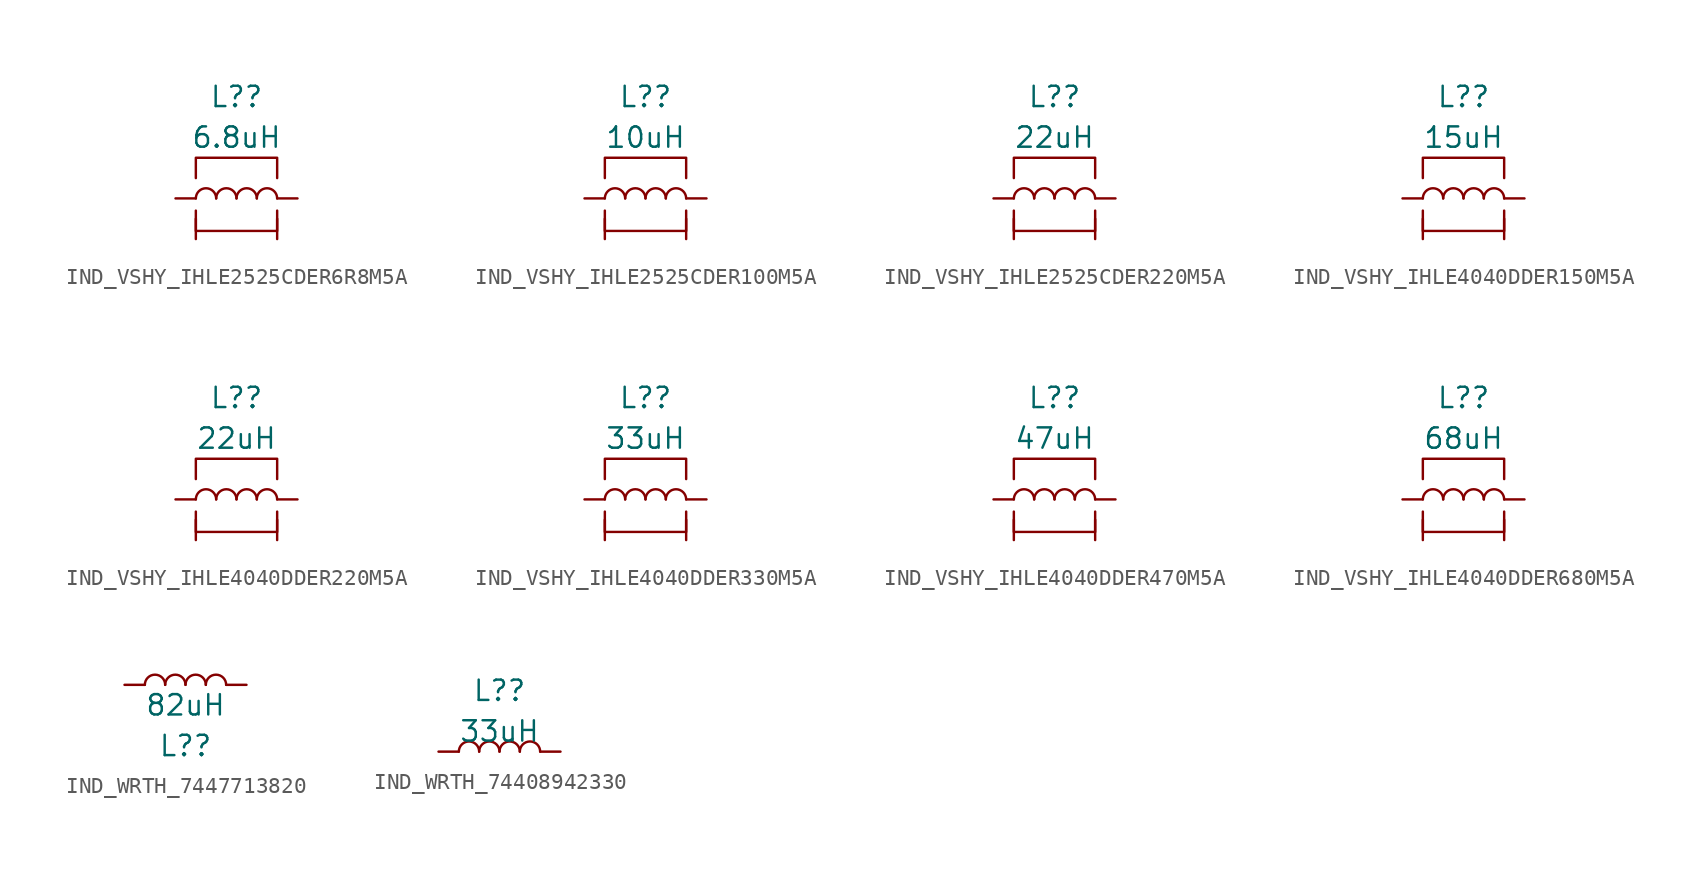
<source format=kicad_sym>
(kicad_symbol_lib
  (version 20231120)
  (generator "kicad_symbol_editor")
  (generator_version "8.0")
  (symbol "IND_VSHY_IHLE2525CDER6R8M5A"
    (pin_numbers hide)
    (pin_names
      (offset 1.016) hide)
    (property "Reference" "L?"
      (at 0 6.35 0)
      (effects (font (size 1.27 1.27))))
    (property "Value" "6.8uH"
      (at 0 3.81 0)
      (effects (font (size 1.27 1.27))))
    (symbol "IND_VSHY_IHLE2525CDER6R8M5A_0_1"
      (arc (start -1.27 0) (mid -1.905 0.6323) (end -2.54 0) (stroke (width 0) (type default)) (fill (type none)))
      (arc (start 0 0) (mid -0.635 0.6323) (end -1.27 0) (stroke (width 0) (type default)) (fill (type none)))
      (polyline (pts (xy -2.54 -0.762) (xy -2.54 -2.032) (xy 2.54 -2.032) (xy 2.54 -0.762)) (stroke (width 0) (type default)) (fill (type none)))
      (polyline (pts (xy 2.54 1.27) (xy 2.54 2.54) (xy -2.54 2.54) (xy -2.54 1.27)) (stroke (width 0) (type default)) (fill (type none)))
      (arc (start 1.27 0) (mid 0.635 0.6323) (end 0 0) (stroke (width 0) (type default)) (fill (type none)))
      (arc (start 2.54 0) (mid 1.905 0.6323) (end 1.27 0) (stroke (width 0) (type default)) (fill (type none))))
    (symbol "IND_VSHY_IHLE2525CDER6R8M5A_1_1"
      (pin passive line (at -3.81 0 0) (length 1.27) (name "1" (effects (font (size 1.27 1.27)))) (number "1" (effects (font (size 1.27 1.27)))))
      (pin passive line (at 3.81 0 180) (length 1.27) (name "2" (effects (font (size 1.27 1.27)))) (number "2" (effects (font (size 1.27 1.27)))))
      (pin passive line (at -2.54 -2.54 90) (length 1.27) (name "SH2" (effects (font (size 1.27 1.27)))) (number "3" (effects (font (size 1.27 1.27)))))
      (pin passive line (at 2.54 -2.54 90) (length 1.27) (name "SH1" (effects (font (size 1.27 1.27)))) (number "4" (effects (font (size 1.27 1.27)))))))
  (symbol "IND_VSHY_IHLE2525CDER100M5A"
    (pin_numbers hide)
    (pin_names
      (offset 1.016) hide)
    (property "Reference" "L?"
      (at 0 6.35 0)
      (effects (font (size 1.27 1.27))))
    (property "Value" "10uH"
      (at 0 3.81 0)
      (effects (font (size 1.27 1.27))))
    (symbol "IND_VSHY_IHLE2525CDER100M5A_0_1"
      (arc (start -1.27 0) (mid -1.905 0.6323) (end -2.54 0) (stroke (width 0) (type default)) (fill (type none)))
      (arc (start 0 0) (mid -0.635 0.6323) (end -1.27 0) (stroke (width 0) (type default)) (fill (type none)))
      (polyline (pts (xy -2.54 -0.762) (xy -2.54 -2.032) (xy 2.54 -2.032) (xy 2.54 -0.762)) (stroke (width 0) (type default)) (fill (type none)))
      (polyline (pts (xy 2.54 1.27) (xy 2.54 2.54) (xy -2.54 2.54) (xy -2.54 1.27)) (stroke (width 0) (type default)) (fill (type none)))
      (arc (start 1.27 0) (mid 0.635 0.6323) (end 0 0) (stroke (width 0) (type default)) (fill (type none)))
      (arc (start 2.54 0) (mid 1.905 0.6323) (end 1.27 0) (stroke (width 0) (type default)) (fill (type none))))
    (symbol "IND_VSHY_IHLE2525CDER100M5A_1_1"
      (pin passive line (at -3.81 0 0) (length 1.27) (name "1" (effects (font (size 1.27 1.27)))) (number "1" (effects (font (size 1.27 1.27)))))
      (pin passive line (at 3.81 0 180) (length 1.27) (name "2" (effects (font (size 1.27 1.27)))) (number "2" (effects (font (size 1.27 1.27)))))
      (pin passive line (at -2.54 -2.54 90) (length 1.27) (name "SH2" (effects (font (size 1.27 1.27)))) (number "3" (effects (font (size 1.27 1.27)))))
      (pin passive line (at 2.54 -2.54 90) (length 1.27) (name "SH1" (effects (font (size 1.27 1.27)))) (number "4" (effects (font (size 1.27 1.27)))))))
  (symbol "IND_VSHY_IHLE2525CDER220M5A"
    (pin_numbers hide)
    (pin_names
      (offset 1.016) hide)
    (property "Reference" "L?"
      (at 0 6.35 0)
      (effects (font (size 1.27 1.27))))
    (property "Value" "22uH"
      (at 0 3.81 0)
      (effects (font (size 1.27 1.27))))
    (symbol "IND_VSHY_IHLE2525CDER220M5A_0_1"
      (arc (start -1.27 0) (mid -1.905 0.6323) (end -2.54 0) (stroke (width 0) (type default)) (fill (type none)))
      (arc (start 0 0) (mid -0.635 0.6323) (end -1.27 0) (stroke (width 0) (type default)) (fill (type none)))
      (polyline (pts (xy -2.54 -0.762) (xy -2.54 -2.032) (xy 2.54 -2.032) (xy 2.54 -0.762)) (stroke (width 0) (type default)) (fill (type none)))
      (polyline (pts (xy 2.54 1.27) (xy 2.54 2.54) (xy -2.54 2.54) (xy -2.54 1.27)) (stroke (width 0) (type default)) (fill (type none)))
      (arc (start 1.27 0) (mid 0.635 0.6323) (end 0 0) (stroke (width 0) (type default)) (fill (type none)))
      (arc (start 2.54 0) (mid 1.905 0.6323) (end 1.27 0) (stroke (width 0) (type default)) (fill (type none))))
    (symbol "IND_VSHY_IHLE2525CDER220M5A_1_1"
      (pin passive line (at -3.81 0 0) (length 1.27) (name "1" (effects (font (size 1.27 1.27)))) (number "1" (effects (font (size 1.27 1.27)))))
      (pin passive line (at 3.81 0 180) (length 1.27) (name "2" (effects (font (size 1.27 1.27)))) (number "2" (effects (font (size 1.27 1.27)))))
      (pin passive line (at -2.54 -2.54 90) (length 1.27) (name "SH2" (effects (font (size 1.27 1.27)))) (number "3" (effects (font (size 1.27 1.27)))))
      (pin passive line (at 2.54 -2.54 90) (length 1.27) (name "SH1" (effects (font (size 1.27 1.27)))) (number "4" (effects (font (size 1.27 1.27)))))))
  (symbol "IND_VSHY_IHLE4040DDER150M5A"
    (pin_numbers hide)
    (pin_names
      (offset 1.016) hide)
    (property "Reference" "L?"
      (at 0 6.35 0)
      (effects (font (size 1.27 1.27))))
    (property "Value" "15uH"
      (at 0 3.81 0)
      (effects (font (size 1.27 1.27))))
    (symbol "IND_VSHY_IHLE4040DDER150M5A_0_1"
      (arc (start -1.27 0) (mid -1.905 0.6323) (end -2.54 0) (stroke (width 0) (type default)) (fill (type none)))
      (arc (start 0 0) (mid -0.635 0.6323) (end -1.27 0) (stroke (width 0) (type default)) (fill (type none)))
      (polyline (pts (xy -2.54 -0.762) (xy -2.54 -2.032) (xy 2.54 -2.032) (xy 2.54 -0.762)) (stroke (width 0) (type default)) (fill (type none)))
      (polyline (pts (xy 2.54 1.27) (xy 2.54 2.54) (xy -2.54 2.54) (xy -2.54 1.27)) (stroke (width 0) (type default)) (fill (type none)))
      (arc (start 1.27 0) (mid 0.635 0.6323) (end 0 0) (stroke (width 0) (type default)) (fill (type none)))
      (arc (start 2.54 0) (mid 1.905 0.6323) (end 1.27 0) (stroke (width 0) (type default)) (fill (type none))))
    (symbol "IND_VSHY_IHLE4040DDER150M5A_1_1"
      (pin passive line (at -3.81 0 0) (length 1.27) (name "1" (effects (font (size 1.27 1.27)))) (number "1" (effects (font (size 1.27 1.27)))))
      (pin passive line (at 3.81 0 180) (length 1.27) (name "2" (effects (font (size 1.27 1.27)))) (number "2" (effects (font (size 1.27 1.27)))))
      (pin passive line (at -2.54 -2.54 90) (length 1.27) (name "SH2" (effects (font (size 1.27 1.27)))) (number "3" (effects (font (size 1.27 1.27)))))
      (pin passive line (at 2.54 -2.54 90) (length 1.27) (name "SH1" (effects (font (size 1.27 1.27)))) (number "4" (effects (font (size 1.27 1.27)))))))
  (symbol "IND_VSHY_IHLE4040DDER220M5A"
    (pin_numbers hide)
    (pin_names
      (offset 1.016) hide)
    (property "Reference" "L?"
      (at 0 6.35 0)
      (effects (font (size 1.27 1.27))))
    (property "Value" "22uH"
      (at 0 3.81 0)
      (effects (font (size 1.27 1.27))))
    (symbol "IND_VSHY_IHLE4040DDER220M5A_0_1"
      (arc (start -1.27 0) (mid -1.905 0.6323) (end -2.54 0) (stroke (width 0) (type default)) (fill (type none)))
      (arc (start 0 0) (mid -0.635 0.6323) (end -1.27 0) (stroke (width 0) (type default)) (fill (type none)))
      (polyline (pts (xy -2.54 -0.762) (xy -2.54 -2.032) (xy 2.54 -2.032) (xy 2.54 -0.762)) (stroke (width 0) (type default)) (fill (type none)))
      (polyline (pts (xy 2.54 1.27) (xy 2.54 2.54) (xy -2.54 2.54) (xy -2.54 1.27)) (stroke (width 0) (type default)) (fill (type none)))
      (arc (start 1.27 0) (mid 0.635 0.6323) (end 0 0) (stroke (width 0) (type default)) (fill (type none)))
      (arc (start 2.54 0) (mid 1.905 0.6323) (end 1.27 0) (stroke (width 0) (type default)) (fill (type none))))
    (symbol "IND_VSHY_IHLE4040DDER220M5A_1_1"
      (pin passive line (at -3.81 0 0) (length 1.27) (name "1" (effects (font (size 1.27 1.27)))) (number "1" (effects (font (size 1.27 1.27)))))
      (pin passive line (at 3.81 0 180) (length 1.27) (name "2" (effects (font (size 1.27 1.27)))) (number "2" (effects (font (size 1.27 1.27)))))
      (pin passive line (at -2.54 -2.54 90) (length 1.27) (name "SH2" (effects (font (size 1.27 1.27)))) (number "3" (effects (font (size 1.27 1.27)))))
      (pin passive line (at 2.54 -2.54 90) (length 1.27) (name "SH1" (effects (font (size 1.27 1.27)))) (number "4" (effects (font (size 1.27 1.27)))))))
  (symbol "IND_VSHY_IHLE4040DDER330M5A"
    (pin_numbers hide)
    (pin_names
      (offset 1.016) hide)
    (property "Reference" "L?"
      (at 0 6.35 0)
      (effects (font (size 1.27 1.27))))
    (property "Value" "33uH"
      (at 0 3.81 0)
      (effects (font (size 1.27 1.27))))
    (symbol "IND_VSHY_IHLE4040DDER330M5A_0_1"
      (arc (start -1.27 0) (mid -1.905 0.6323) (end -2.54 0) (stroke (width 0) (type default)) (fill (type none)))
      (arc (start 0 0) (mid -0.635 0.6323) (end -1.27 0) (stroke (width 0) (type default)) (fill (type none)))
      (polyline (pts (xy -2.54 -0.762) (xy -2.54 -2.032) (xy 2.54 -2.032) (xy 2.54 -0.762)) (stroke (width 0) (type default)) (fill (type none)))
      (polyline (pts (xy 2.54 1.27) (xy 2.54 2.54) (xy -2.54 2.54) (xy -2.54 1.27)) (stroke (width 0) (type default)) (fill (type none)))
      (arc (start 1.27 0) (mid 0.635 0.6323) (end 0 0) (stroke (width 0) (type default)) (fill (type none)))
      (arc (start 2.54 0) (mid 1.905 0.6323) (end 1.27 0) (stroke (width 0) (type default)) (fill (type none))))
    (symbol "IND_VSHY_IHLE4040DDER330M5A_1_1"
      (pin passive line (at -3.81 0 0) (length 1.27) (name "1" (effects (font (size 1.27 1.27)))) (number "1" (effects (font (size 1.27 1.27)))))
      (pin passive line (at 3.81 0 180) (length 1.27) (name "2" (effects (font (size 1.27 1.27)))) (number "2" (effects (font (size 1.27 1.27)))))
      (pin passive line (at -2.54 -2.54 90) (length 1.27) (name "SH2" (effects (font (size 1.27 1.27)))) (number "3" (effects (font (size 1.27 1.27)))))
      (pin passive line (at 2.54 -2.54 90) (length 1.27) (name "SH1" (effects (font (size 1.27 1.27)))) (number "4" (effects (font (size 1.27 1.27)))))))
  (symbol "IND_VSHY_IHLE4040DDER470M5A"
    (pin_numbers hide)
    (pin_names
      (offset 1.016) hide)
    (property "Reference" "L?"
      (at 0 6.35 0)
      (effects (font (size 1.27 1.27))))
    (property "Value" "47uH"
      (at 0 3.81 0)
      (effects (font (size 1.27 1.27))))
    (symbol "IND_VSHY_IHLE4040DDER470M5A_0_1"
      (arc (start -1.27 0) (mid -1.905 0.6323) (end -2.54 0) (stroke (width 0) (type default)) (fill (type none)))
      (arc (start 0 0) (mid -0.635 0.6323) (end -1.27 0) (stroke (width 0) (type default)) (fill (type none)))
      (polyline (pts (xy -2.54 -0.762) (xy -2.54 -2.032) (xy 2.54 -2.032) (xy 2.54 -0.762)) (stroke (width 0) (type default)) (fill (type none)))
      (polyline (pts (xy 2.54 1.27) (xy 2.54 2.54) (xy -2.54 2.54) (xy -2.54 1.27)) (stroke (width 0) (type default)) (fill (type none)))
      (arc (start 1.27 0) (mid 0.635 0.6323) (end 0 0) (stroke (width 0) (type default)) (fill (type none)))
      (arc (start 2.54 0) (mid 1.905 0.6323) (end 1.27 0) (stroke (width 0) (type default)) (fill (type none))))
    (symbol "IND_VSHY_IHLE4040DDER470M5A_1_1"
      (pin passive line (at -3.81 0 0) (length 1.27) (name "1" (effects (font (size 1.27 1.27)))) (number "1" (effects (font (size 1.27 1.27)))))
      (pin passive line (at 3.81 0 180) (length 1.27) (name "2" (effects (font (size 1.27 1.27)))) (number "2" (effects (font (size 1.27 1.27)))))
      (pin passive line (at -2.54 -2.54 90) (length 1.27) (name "SH2" (effects (font (size 1.27 1.27)))) (number "3" (effects (font (size 1.27 1.27)))))
      (pin passive line (at 2.54 -2.54 90) (length 1.27) (name "SH1" (effects (font (size 1.27 1.27)))) (number "4" (effects (font (size 1.27 1.27)))))))
  (symbol "IND_VSHY_IHLE4040DDER680M5A"
    (pin_numbers hide)
    (pin_names
      (offset 1.016) hide)
    (property "Reference" "L?"
      (at 0 6.35 0)
      (effects (font (size 1.27 1.27))))
    (property "Value" "68uH"
      (at 0 3.81 0)
      (effects (font (size 1.27 1.27))))
    (symbol "IND_VSHY_IHLE4040DDER680M5A_0_1"
      (arc (start -1.27 0) (mid -1.905 0.6323) (end -2.54 0) (stroke (width 0) (type default)) (fill (type none)))
      (arc (start 0 0) (mid -0.635 0.6323) (end -1.27 0) (stroke (width 0) (type default)) (fill (type none)))
      (polyline (pts (xy -2.54 -0.762) (xy -2.54 -2.032) (xy 2.54 -2.032) (xy 2.54 -0.762)) (stroke (width 0) (type default)) (fill (type none)))
      (polyline (pts (xy 2.54 1.27) (xy 2.54 2.54) (xy -2.54 2.54) (xy -2.54 1.27)) (stroke (width 0) (type default)) (fill (type none)))
      (arc (start 1.27 0) (mid 0.635 0.6323) (end 0 0) (stroke (width 0) (type default)) (fill (type none)))
      (arc (start 2.54 0) (mid 1.905 0.6323) (end 1.27 0) (stroke (width 0) (type default)) (fill (type none))))
    (symbol "IND_VSHY_IHLE4040DDER680M5A_1_1"
      (pin passive line (at -3.81 0 0) (length 1.27) (name "1" (effects (font (size 1.27 1.27)))) (number "1" (effects (font (size 1.27 1.27)))))
      (pin passive line (at 3.81 0 180) (length 1.27) (name "2" (effects (font (size 1.27 1.27)))) (number "2" (effects (font (size 1.27 1.27)))))
      (pin passive line (at -2.54 -2.54 90) (length 1.27) (name "SH2" (effects (font (size 1.27 1.27)))) (number "3" (effects (font (size 1.27 1.27)))))
      (pin passive line (at 2.54 -2.54 90) (length 1.27) (name "SH1" (effects (font (size 1.27 1.27)))) (number "4" (effects (font (size 1.27 1.27)))))))
  (symbol "IND_WRTH_7447713820"
    (pin_numbers hide)
    (pin_names
      (offset 1.016) hide)
    (property "Reference" "L?"
      (at 0 -3.81 0)
      (effects (font (size 1.27 1.27))))
    (property "Value" "82uH"
      (at 0 -1.27 0)
      (effects (font (size 1.27 1.27))))
    (symbol "IND_WRTH_7447713820_0_1"
      (arc (start -1.27 0) (mid -1.905 0.6323) (end -2.54 0) (stroke (width 0) (type default)) (fill (type none)))
      (arc (start 0 0) (mid -0.635 0.6323) (end -1.27 0) (stroke (width 0) (type default)) (fill (type none)))
      (arc (start 1.27 0) (mid 0.635 0.6323) (end 0 0) (stroke (width 0) (type default)) (fill (type none)))
      (arc (start 2.54 0) (mid 1.905 0.6323) (end 1.27 0) (stroke (width 0) (type default)) (fill (type none))))
    (symbol "IND_WRTH_7447713820_1_1"
      (pin passive line (at -3.81 0 0) (length 1.27) (name "1" (effects (font (size 1.27 1.27)))) (number "1" (effects (font (size 1.27 1.27)))))
      (pin passive line (at 3.81 0 180) (length 1.27) (name "2" (effects (font (size 1.27 1.27)))) (number "2" (effects (font (size 1.27 1.27)))))))
  (symbol "IND_WRTH_74408942330"
    (pin_numbers hide)
    (pin_names
      (offset 1.016) hide)
    (property "Reference" "L?"
      (at 0 3.81 0)
      (effects (font (size 1.27 1.27))))
    (property "Value" "33uH"
      (at 0 1.27 0)
      (effects (font (size 1.27 1.27))))
    (symbol "IND_WRTH_74408942330_0_1"
      (arc (start -1.27 0) (mid -1.905 0.6323) (end -2.54 0) (stroke (width 0) (type default)) (fill (type none)))
      (arc (start 0 0) (mid -0.635 0.6323) (end -1.27 0) (stroke (width 0) (type default)) (fill (type none)))
      (arc (start 1.27 0) (mid 0.635 0.6323) (end 0 0) (stroke (width 0) (type default)) (fill (type none)))
      (arc (start 2.54 0) (mid 1.905 0.6323) (end 1.27 0) (stroke (width 0) (type default)) (fill (type none))))
    (symbol "IND_WRTH_74408942330_1_1"
      (pin passive line (at -3.81 0 0) (length 1.27) (name "1" (effects (font (size 1.27 1.27)))) (number "1" (effects (font (size 1.27 1.27)))))
      (pin passive line (at 3.81 0 180) (length 1.27) (name "2" (effects (font (size 1.27 1.27)))) (number "2" (effects (font (size 1.27 1.27))))))))
</source>
